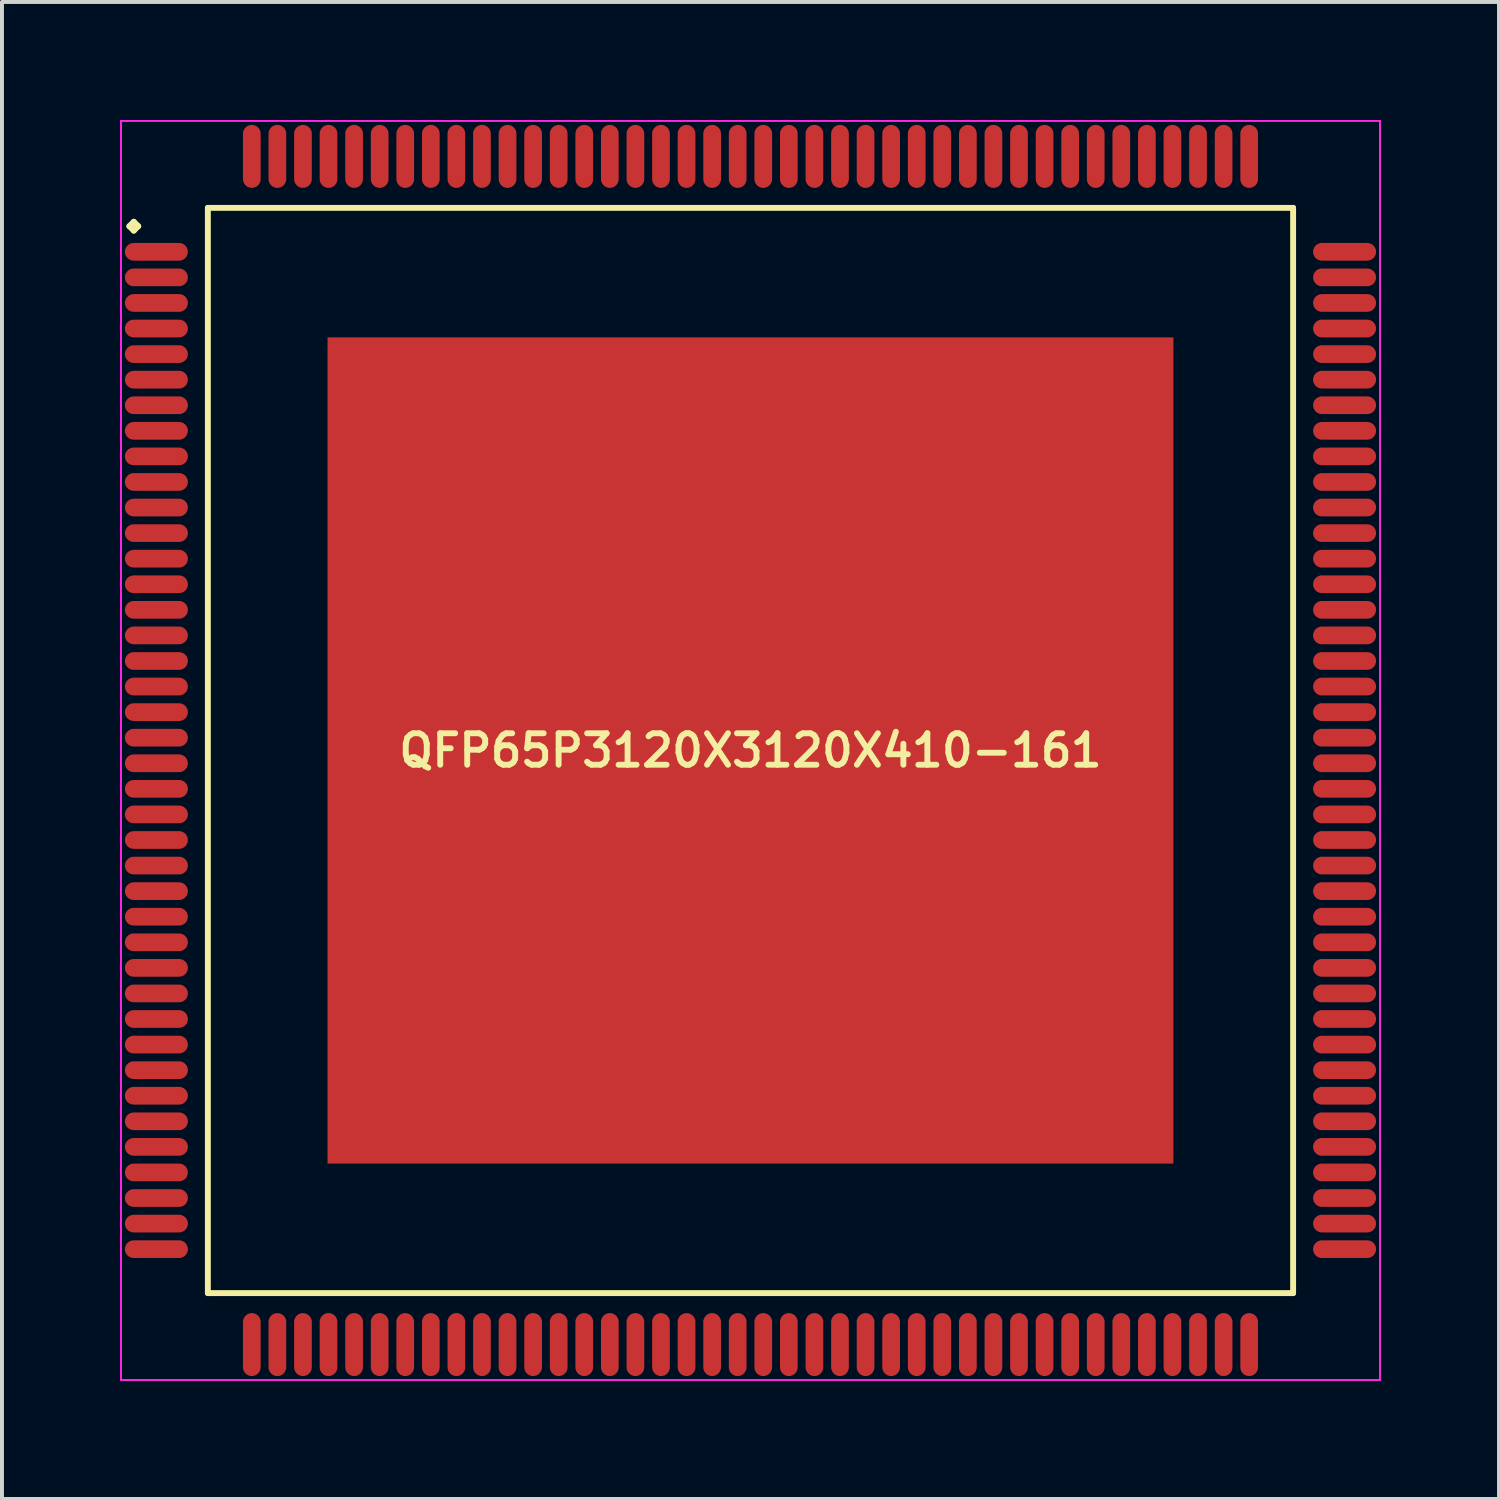
<source format=kicad_pcb>
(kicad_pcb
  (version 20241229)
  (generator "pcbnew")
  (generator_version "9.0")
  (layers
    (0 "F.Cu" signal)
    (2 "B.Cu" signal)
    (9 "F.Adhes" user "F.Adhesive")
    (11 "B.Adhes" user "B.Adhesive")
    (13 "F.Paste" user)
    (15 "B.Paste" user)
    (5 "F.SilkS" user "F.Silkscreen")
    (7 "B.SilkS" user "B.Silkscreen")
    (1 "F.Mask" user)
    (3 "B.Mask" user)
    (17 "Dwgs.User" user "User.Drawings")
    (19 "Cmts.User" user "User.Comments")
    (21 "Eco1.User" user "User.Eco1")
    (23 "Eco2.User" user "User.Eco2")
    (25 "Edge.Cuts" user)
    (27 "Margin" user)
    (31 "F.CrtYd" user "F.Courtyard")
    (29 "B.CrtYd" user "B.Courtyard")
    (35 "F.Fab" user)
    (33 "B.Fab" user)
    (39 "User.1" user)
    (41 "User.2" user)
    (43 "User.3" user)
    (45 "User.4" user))
  (footprint "QFP65P3120X3120X410-161"
    (layer "F.Cu")
    (at 16.025 16.025)
    (property "Reference" "QFP65P3120X3120X410-161" (at 0 0 0) (layer "F.SilkS") (effects (font (size 0.8 0.8) (thickness 0.15))))
    (attr smd)
    (fp_line (start -15.787 -13.325) (end -15.675 -13.438) (stroke (width 0.15) (type solid)) (layer "F.SilkS"))
    (fp_line (start -15.675 -13.438) (end -15.562 -13.325) (stroke (width 0.15) (type solid)) (layer "F.SilkS"))
    (fp_line (start -15.675 -13.213) (end -15.787 -13.325) (stroke (width 0.15) (type solid)) (layer "F.SilkS"))
    (fp_line (start -15.562 -13.325) (end -15.675 -13.213) (stroke (width 0.15) (type solid)) (layer "F.SilkS"))
    (fp_line (start -13.792 -13.792) (end -13.792 13.792) (stroke (width 0.15) (type solid)) (layer "F.SilkS"))
    (fp_line (start -13.792 13.792) (end 13.792 13.792) (stroke (width 0.15) (type solid)) (layer "F.SilkS"))
    (fp_line (start 13.792 -13.792) (end -13.792 -13.792) (stroke (width 0.15) (type solid)) (layer "F.SilkS"))
    (fp_line (start 13.792 13.792) (end 13.792 -13.792) (stroke (width 0.15) (type solid)) (layer "F.SilkS"))
    (fp_line (start -16 -16) (end 16 -16) (stroke (width 0.05) (type solid)) (layer "F.CrtYd"))
    (fp_line (start -16 16) (end -16 -16) (stroke (width 0.05) (type solid)) (layer "F.CrtYd"))
    (fp_line (start 16 -16) (end 16 16) (stroke (width 0.05) (type solid)) (layer "F.CrtYd"))
    (fp_line (start 16 16) (end -16 16) (stroke (width 0.05) (type solid)) (layer "F.CrtYd"))
    (pad "1" smd oval (at -15.1 -12.675) (size 1.6 0.45) (layers "F.Cu" "F.Mask" "F.Paste"))
    (pad "2" smd oval (at -15.1 -12.025) (size 1.6 0.45) (layers "F.Cu" "F.Mask" "F.Paste"))
    (pad "3" smd oval (at -15.1 -11.375) (size 1.6 0.45) (layers "F.Cu" "F.Mask" "F.Paste"))
    (pad "4" smd oval (at -15.1 -10.725) (size 1.6 0.45) (layers "F.Cu" "F.Mask" "F.Paste"))
    (pad "5" smd oval (at -15.1 -10.075) (size 1.6 0.45) (layers "F.Cu" "F.Mask" "F.Paste"))
    (pad "6" smd oval (at -15.1 -9.425) (size 1.6 0.45) (layers "F.Cu" "F.Mask" "F.Paste"))
    (pad "7" smd oval (at -15.1 -8.775) (size 1.6 0.45) (layers "F.Cu" "F.Mask" "F.Paste"))
    (pad "8" smd oval (at -15.1 -8.125) (size 1.6 0.45) (layers "F.Cu" "F.Mask" "F.Paste"))
    (pad "9" smd oval (at -15.1 -7.475) (size 1.6 0.45) (layers "F.Cu" "F.Mask" "F.Paste"))
    (pad "10" smd oval (at -15.1 -6.825) (size 1.6 0.45) (layers "F.Cu" "F.Mask" "F.Paste"))
    (pad "11" smd oval (at -15.1 -6.175) (size 1.6 0.45) (layers "F.Cu" "F.Mask" "F.Paste"))
    (pad "12" smd oval (at -15.1 -5.525) (size 1.6 0.45) (layers "F.Cu" "F.Mask" "F.Paste"))
    (pad "13" smd oval (at -15.1 -4.875) (size 1.6 0.45) (layers "F.Cu" "F.Mask" "F.Paste"))
    (pad "14" smd oval (at -15.1 -4.225) (size 1.6 0.45) (layers "F.Cu" "F.Mask" "F.Paste"))
    (pad "15" smd oval (at -15.1 -3.575) (size 1.6 0.45) (layers "F.Cu" "F.Mask" "F.Paste"))
    (pad "16" smd oval (at -15.1 -2.925) (size 1.6 0.45) (layers "F.Cu" "F.Mask" "F.Paste"))
    (pad "17" smd oval (at -15.1 -2.275) (size 1.6 0.45) (layers "F.Cu" "F.Mask" "F.Paste"))
    (pad "18" smd oval (at -15.1 -1.625) (size 1.6 0.45) (layers "F.Cu" "F.Mask" "F.Paste"))
    (pad "19" smd oval (at -15.1 -0.975) (size 1.6 0.45) (layers "F.Cu" "F.Mask" "F.Paste"))
    (pad "20" smd oval (at -15.1 -0.325) (size 1.6 0.45) (layers "F.Cu" "F.Mask" "F.Paste"))
    (pad "21" smd oval (at -15.1 0.325) (size 1.6 0.45) (layers "F.Cu" "F.Mask" "F.Paste"))
    (pad "22" smd oval (at -15.1 0.975) (size 1.6 0.45) (layers "F.Cu" "F.Mask" "F.Paste"))
    (pad "23" smd oval (at -15.1 1.625) (size 1.6 0.45) (layers "F.Cu" "F.Mask" "F.Paste"))
    (pad "24" smd oval (at -15.1 2.275) (size 1.6 0.45) (layers "F.Cu" "F.Mask" "F.Paste"))
    (pad "25" smd oval (at -15.1 2.925) (size 1.6 0.45) (layers "F.Cu" "F.Mask" "F.Paste"))
    (pad "26" smd oval (at -15.1 3.575) (size 1.6 0.45) (layers "F.Cu" "F.Mask" "F.Paste"))
    (pad "27" smd oval (at -15.1 4.225) (size 1.6 0.45) (layers "F.Cu" "F.Mask" "F.Paste"))
    (pad "28" smd oval (at -15.1 4.875) (size 1.6 0.45) (layers "F.Cu" "F.Mask" "F.Paste"))
    (pad "29" smd oval (at -15.1 5.525) (size 1.6 0.45) (layers "F.Cu" "F.Mask" "F.Paste"))
    (pad "30" smd oval (at -15.1 6.175) (size 1.6 0.45) (layers "F.Cu" "F.Mask" "F.Paste"))
    (pad "31" smd oval (at -15.1 6.825) (size 1.6 0.45) (layers "F.Cu" "F.Mask" "F.Paste"))
    (pad "32" smd oval (at -15.1 7.475) (size 1.6 0.45) (layers "F.Cu" "F.Mask" "F.Paste"))
    (pad "33" smd oval (at -15.1 8.125) (size 1.6 0.45) (layers "F.Cu" "F.Mask" "F.Paste"))
    (pad "34" smd oval (at -15.1 8.775) (size 1.6 0.45) (layers "F.Cu" "F.Mask" "F.Paste"))
    (pad "35" smd oval (at -15.1 9.425) (size 1.6 0.45) (layers "F.Cu" "F.Mask" "F.Paste"))
    (pad "36" smd oval (at -15.1 10.075) (size 1.6 0.45) (layers "F.Cu" "F.Mask" "F.Paste"))
    (pad "37" smd oval (at -15.1 10.725) (size 1.6 0.45) (layers "F.Cu" "F.Mask" "F.Paste"))
    (pad "38" smd oval (at -15.1 11.375) (size 1.6 0.45) (layers "F.Cu" "F.Mask" "F.Paste"))
    (pad "39" smd oval (at -15.1 12.025) (size 1.6 0.45) (layers "F.Cu" "F.Mask" "F.Paste"))
    (pad "40" smd oval (at -15.1 12.675) (size 1.6 0.45) (layers "F.Cu" "F.Mask" "F.Paste"))
    (pad "41" smd oval (at -12.675 15.1) (size 0.45 1.6) (layers "F.Cu" "F.Mask" "F.Paste"))
    (pad "42" smd oval (at -12.025 15.1) (size 0.45 1.6) (layers "F.Cu" "F.Mask" "F.Paste"))
    (pad "43" smd oval (at -11.375 15.1) (size 0.45 1.6) (layers "F.Cu" "F.Mask" "F.Paste"))
    (pad "44" smd oval (at -10.725 15.1) (size 0.45 1.6) (layers "F.Cu" "F.Mask" "F.Paste"))
    (pad "45" smd oval (at -10.075 15.1) (size 0.45 1.6) (layers "F.Cu" "F.Mask" "F.Paste"))
    (pad "46" smd oval (at -9.425 15.1) (size 0.45 1.6) (layers "F.Cu" "F.Mask" "F.Paste"))
    (pad "47" smd oval (at -8.775 15.1) (size 0.45 1.6) (layers "F.Cu" "F.Mask" "F.Paste"))
    (pad "48" smd oval (at -8.125 15.1) (size 0.45 1.6) (layers "F.Cu" "F.Mask" "F.Paste"))
    (pad "49" smd oval (at -7.475 15.1) (size 0.45 1.6) (layers "F.Cu" "F.Mask" "F.Paste"))
    (pad "50" smd oval (at -6.825 15.1) (size 0.45 1.6) (layers "F.Cu" "F.Mask" "F.Paste"))
    (pad "51" smd oval (at -6.175 15.1) (size 0.45 1.6) (layers "F.Cu" "F.Mask" "F.Paste"))
    (pad "52" smd oval (at -5.525 15.1) (size 0.45 1.6) (layers "F.Cu" "F.Mask" "F.Paste"))
    (pad "53" smd oval (at -4.875 15.1) (size 0.45 1.6) (layers "F.Cu" "F.Mask" "F.Paste"))
    (pad "54" smd oval (at -4.225 15.1) (size 0.45 1.6) (layers "F.Cu" "F.Mask" "F.Paste"))
    (pad "55" smd oval (at -3.575 15.1) (size 0.45 1.6) (layers "F.Cu" "F.Mask" "F.Paste"))
    (pad "56" smd oval (at -2.925 15.1) (size 0.45 1.6) (layers "F.Cu" "F.Mask" "F.Paste"))
    (pad "57" smd oval (at -2.275 15.1) (size 0.45 1.6) (layers "F.Cu" "F.Mask" "F.Paste"))
    (pad "58" smd oval (at -1.625 15.1) (size 0.45 1.6) (layers "F.Cu" "F.Mask" "F.Paste"))
    (pad "59" smd oval (at -0.975 15.1) (size 0.45 1.6) (layers "F.Cu" "F.Mask" "F.Paste"))
    (pad "60" smd oval (at -0.325 15.1) (size 0.45 1.6) (layers "F.Cu" "F.Mask" "F.Paste"))
    (pad "61" smd oval (at 0.325 15.1) (size 0.45 1.6) (layers "F.Cu" "F.Mask" "F.Paste"))
    (pad "62" smd oval (at 0.975 15.1) (size 0.45 1.6) (layers "F.Cu" "F.Mask" "F.Paste"))
    (pad "63" smd oval (at 1.625 15.1) (size 0.45 1.6) (layers "F.Cu" "F.Mask" "F.Paste"))
    (pad "64" smd oval (at 2.275 15.1) (size 0.45 1.6) (layers "F.Cu" "F.Mask" "F.Paste"))
    (pad "65" smd oval (at 2.925 15.1) (size 0.45 1.6) (layers "F.Cu" "F.Mask" "F.Paste"))
    (pad "66" smd oval (at 3.575 15.1) (size 0.45 1.6) (layers "F.Cu" "F.Mask" "F.Paste"))
    (pad "67" smd oval (at 4.225 15.1) (size 0.45 1.6) (layers "F.Cu" "F.Mask" "F.Paste"))
    (pad "68" smd oval (at 4.875 15.1) (size 0.45 1.6) (layers "F.Cu" "F.Mask" "F.Paste"))
    (pad "69" smd oval (at 5.525 15.1) (size 0.45 1.6) (layers "F.Cu" "F.Mask" "F.Paste"))
    (pad "70" smd oval (at 6.175 15.1) (size 0.45 1.6) (layers "F.Cu" "F.Mask" "F.Paste"))
    (pad "71" smd oval (at 6.825 15.1) (size 0.45 1.6) (layers "F.Cu" "F.Mask" "F.Paste"))
    (pad "72" smd oval (at 7.475 15.1) (size 0.45 1.6) (layers "F.Cu" "F.Mask" "F.Paste"))
    (pad "73" smd oval (at 8.125 15.1) (size 0.45 1.6) (layers "F.Cu" "F.Mask" "F.Paste"))
    (pad "74" smd oval (at 8.775 15.1) (size 0.45 1.6) (layers "F.Cu" "F.Mask" "F.Paste"))
    (pad "75" smd oval (at 9.425 15.1) (size 0.45 1.6) (layers "F.Cu" "F.Mask" "F.Paste"))
    (pad "76" smd oval (at 10.075 15.1) (size 0.45 1.6) (layers "F.Cu" "F.Mask" "F.Paste"))
    (pad "77" smd oval (at 10.725 15.1) (size 0.45 1.6) (layers "F.Cu" "F.Mask" "F.Paste"))
    (pad "78" smd oval (at 11.375 15.1) (size 0.45 1.6) (layers "F.Cu" "F.Mask" "F.Paste"))
    (pad "79" smd oval (at 12.025 15.1) (size 0.45 1.6) (layers "F.Cu" "F.Mask" "F.Paste"))
    (pad "80" smd oval (at 12.675 15.1) (size 0.45 1.6) (layers "F.Cu" "F.Mask" "F.Paste"))
    (pad "81" smd oval (at 15.1 12.675) (size 1.6 0.45) (layers "F.Cu" "F.Mask" "F.Paste"))
    (pad "82" smd oval (at 15.1 12.025) (size 1.6 0.45) (layers "F.Cu" "F.Mask" "F.Paste"))
    (pad "83" smd oval (at 15.1 11.375) (size 1.6 0.45) (layers "F.Cu" "F.Mask" "F.Paste"))
    (pad "84" smd oval (at 15.1 10.725) (size 1.6 0.45) (layers "F.Cu" "F.Mask" "F.Paste"))
    (pad "85" smd oval (at 15.1 10.075) (size 1.6 0.45) (layers "F.Cu" "F.Mask" "F.Paste"))
    (pad "86" smd oval (at 15.1 9.425) (size 1.6 0.45) (layers "F.Cu" "F.Mask" "F.Paste"))
    (pad "87" smd oval (at 15.1 8.775) (size 1.6 0.45) (layers "F.Cu" "F.Mask" "F.Paste"))
    (pad "88" smd oval (at 15.1 8.125) (size 1.6 0.45) (layers "F.Cu" "F.Mask" "F.Paste"))
    (pad "89" smd oval (at 15.1 7.475) (size 1.6 0.45) (layers "F.Cu" "F.Mask" "F.Paste"))
    (pad "90" smd oval (at 15.1 6.825) (size 1.6 0.45) (layers "F.Cu" "F.Mask" "F.Paste"))
    (pad "91" smd oval (at 15.1 6.175) (size 1.6 0.45) (layers "F.Cu" "F.Mask" "F.Paste"))
    (pad "92" smd oval (at 15.1 5.525) (size 1.6 0.45) (layers "F.Cu" "F.Mask" "F.Paste"))
    (pad "93" smd oval (at 15.1 4.875) (size 1.6 0.45) (layers "F.Cu" "F.Mask" "F.Paste"))
    (pad "94" smd oval (at 15.1 4.225) (size 1.6 0.45) (layers "F.Cu" "F.Mask" "F.Paste"))
    (pad "95" smd oval (at 15.1 3.575) (size 1.6 0.45) (layers "F.Cu" "F.Mask" "F.Paste"))
    (pad "96" smd oval (at 15.1 2.925) (size 1.6 0.45) (layers "F.Cu" "F.Mask" "F.Paste"))
    (pad "97" smd oval (at 15.1 2.275) (size 1.6 0.45) (layers "F.Cu" "F.Mask" "F.Paste"))
    (pad "98" smd oval (at 15.1 1.625) (size 1.6 0.45) (layers "F.Cu" "F.Mask" "F.Paste"))
    (pad "99" smd oval (at 15.1 0.975) (size 1.6 0.45) (layers "F.Cu" "F.Mask" "F.Paste"))
    (pad "100" smd oval (at 15.1 0.325) (size 1.6 0.45) (layers "F.Cu" "F.Mask" "F.Paste"))
    (pad "101" smd oval (at 15.1 -0.325) (size 1.6 0.45) (layers "F.Cu" "F.Mask" "F.Paste"))
    (pad "102" smd oval (at 15.1 -0.975) (size 1.6 0.45) (layers "F.Cu" "F.Mask" "F.Paste"))
    (pad "103" smd oval (at 15.1 -1.625) (size 1.6 0.45) (layers "F.Cu" "F.Mask" "F.Paste"))
    (pad "104" smd oval (at 15.1 -2.275) (size 1.6 0.45) (layers "F.Cu" "F.Mask" "F.Paste"))
    (pad "105" smd oval (at 15.1 -2.925) (size 1.6 0.45) (layers "F.Cu" "F.Mask" "F.Paste"))
    (pad "106" smd oval (at 15.1 -3.575) (size 1.6 0.45) (layers "F.Cu" "F.Mask" "F.Paste"))
    (pad "107" smd oval (at 15.1 -4.225) (size 1.6 0.45) (layers "F.Cu" "F.Mask" "F.Paste"))
    (pad "108" smd oval (at 15.1 -4.875) (size 1.6 0.45) (layers "F.Cu" "F.Mask" "F.Paste"))
    (pad "109" smd oval (at 15.1 -5.525) (size 1.6 0.45) (layers "F.Cu" "F.Mask" "F.Paste"))
    (pad "110" smd oval (at 15.1 -6.175) (size 1.6 0.45) (layers "F.Cu" "F.Mask" "F.Paste"))
    (pad "111" smd oval (at 15.1 -6.825) (size 1.6 0.45) (layers "F.Cu" "F.Mask" "F.Paste"))
    (pad "112" smd oval (at 15.1 -7.475) (size 1.6 0.45) (layers "F.Cu" "F.Mask" "F.Paste"))
    (pad "113" smd oval (at 15.1 -8.125) (size 1.6 0.45) (layers "F.Cu" "F.Mask" "F.Paste"))
    (pad "114" smd oval (at 15.1 -8.775) (size 1.6 0.45) (layers "F.Cu" "F.Mask" "F.Paste"))
    (pad "115" smd oval (at 15.1 -9.425) (size 1.6 0.45) (layers "F.Cu" "F.Mask" "F.Paste"))
    (pad "116" smd oval (at 15.1 -10.075) (size 1.6 0.45) (layers "F.Cu" "F.Mask" "F.Paste"))
    (pad "117" smd oval (at 15.1 -10.725) (size 1.6 0.45) (layers "F.Cu" "F.Mask" "F.Paste"))
    (pad "118" smd oval (at 15.1 -11.375) (size 1.6 0.45) (layers "F.Cu" "F.Mask" "F.Paste"))
    (pad "119" smd oval (at 15.1 -12.025) (size 1.6 0.45) (layers "F.Cu" "F.Mask" "F.Paste"))
    (pad "120" smd oval (at 15.1 -12.675) (size 1.6 0.45) (layers "F.Cu" "F.Mask" "F.Paste"))
    (pad "121" smd oval (at 12.675 -15.1) (size 0.45 1.6) (layers "F.Cu" "F.Mask" "F.Paste"))
    (pad "122" smd oval (at 12.025 -15.1) (size 0.45 1.6) (layers "F.Cu" "F.Mask" "F.Paste"))
    (pad "123" smd oval (at 11.375 -15.1) (size 0.45 1.6) (layers "F.Cu" "F.Mask" "F.Paste"))
    (pad "124" smd oval (at 10.725 -15.1) (size 0.45 1.6) (layers "F.Cu" "F.Mask" "F.Paste"))
    (pad "125" smd oval (at 10.075 -15.1) (size 0.45 1.6) (layers "F.Cu" "F.Mask" "F.Paste"))
    (pad "126" smd oval (at 9.425 -15.1) (size 0.45 1.6) (layers "F.Cu" "F.Mask" "F.Paste"))
    (pad "127" smd oval (at 8.775 -15.1) (size 0.45 1.6) (layers "F.Cu" "F.Mask" "F.Paste"))
    (pad "128" smd oval (at 8.125 -15.1) (size 0.45 1.6) (layers "F.Cu" "F.Mask" "F.Paste"))
    (pad "129" smd oval (at 7.475 -15.1) (size 0.45 1.6) (layers "F.Cu" "F.Mask" "F.Paste"))
    (pad "130" smd oval (at 6.825 -15.1) (size 0.45 1.6) (layers "F.Cu" "F.Mask" "F.Paste"))
    (pad "131" smd oval (at 6.175 -15.1) (size 0.45 1.6) (layers "F.Cu" "F.Mask" "F.Paste"))
    (pad "132" smd oval (at 5.525 -15.1) (size 0.45 1.6) (layers "F.Cu" "F.Mask" "F.Paste"))
    (pad "133" smd oval (at 4.875 -15.1) (size 0.45 1.6) (layers "F.Cu" "F.Mask" "F.Paste"))
    (pad "134" smd oval (at 4.225 -15.1) (size 0.45 1.6) (layers "F.Cu" "F.Mask" "F.Paste"))
    (pad "135" smd oval (at 3.575 -15.1) (size 0.45 1.6) (layers "F.Cu" "F.Mask" "F.Paste"))
    (pad "136" smd oval (at 2.925 -15.1) (size 0.45 1.6) (layers "F.Cu" "F.Mask" "F.Paste"))
    (pad "137" smd oval (at 2.275 -15.1) (size 0.45 1.6) (layers "F.Cu" "F.Mask" "F.Paste"))
    (pad "138" smd oval (at 1.625 -15.1) (size 0.45 1.6) (layers "F.Cu" "F.Mask" "F.Paste"))
    (pad "139" smd oval (at 0.975 -15.1) (size 0.45 1.6) (layers "F.Cu" "F.Mask" "F.Paste"))
    (pad "140" smd oval (at 0.325 -15.1) (size 0.45 1.6) (layers "F.Cu" "F.Mask" "F.Paste"))
    (pad "141" smd oval (at -0.325 -15.1) (size 0.45 1.6) (layers "F.Cu" "F.Mask" "F.Paste"))
    (pad "142" smd oval (at -0.975 -15.1) (size 0.45 1.6) (layers "F.Cu" "F.Mask" "F.Paste"))
    (pad "143" smd oval (at -1.625 -15.1) (size 0.45 1.6) (layers "F.Cu" "F.Mask" "F.Paste"))
    (pad "144" smd oval (at -2.275 -15.1) (size 0.45 1.6) (layers "F.Cu" "F.Mask" "F.Paste"))
    (pad "145" smd oval (at -2.925 -15.1) (size 0.45 1.6) (layers "F.Cu" "F.Mask" "F.Paste"))
    (pad "146" smd oval (at -3.575 -15.1) (size 0.45 1.6) (layers "F.Cu" "F.Mask" "F.Paste"))
    (pad "147" smd oval (at -4.225 -15.1) (size 0.45 1.6) (layers "F.Cu" "F.Mask" "F.Paste"))
    (pad "148" smd oval (at -4.875 -15.1) (size 0.45 1.6) (layers "F.Cu" "F.Mask" "F.Paste"))
    (pad "149" smd oval (at -5.525 -15.1) (size 0.45 1.6) (layers "F.Cu" "F.Mask" "F.Paste"))
    (pad "150" smd oval (at -6.175 -15.1) (size 0.45 1.6) (layers "F.Cu" "F.Mask" "F.Paste"))
    (pad "151" smd oval (at -6.825 -15.1) (size 0.45 1.6) (layers "F.Cu" "F.Mask" "F.Paste"))
    (pad "152" smd oval (at -7.475 -15.1) (size 0.45 1.6) (layers "F.Cu" "F.Mask" "F.Paste"))
    (pad "153" smd oval (at -8.125 -15.1) (size 0.45 1.6) (layers "F.Cu" "F.Mask" "F.Paste"))
    (pad "154" smd oval (at -8.775 -15.1) (size 0.45 1.6) (layers "F.Cu" "F.Mask" "F.Paste"))
    (pad "155" smd oval (at -9.425 -15.1) (size 0.45 1.6) (layers "F.Cu" "F.Mask" "F.Paste"))
    (pad "156" smd oval (at -10.075 -15.1) (size 0.45 1.6) (layers "F.Cu" "F.Mask" "F.Paste"))
    (pad "157" smd oval (at -10.725 -15.1) (size 0.45 1.6) (layers "F.Cu" "F.Mask" "F.Paste"))
    (pad "158" smd oval (at -11.375 -15.1) (size 0.45 1.6) (layers "F.Cu" "F.Mask" "F.Paste"))
    (pad "159" smd oval (at -12.025 -15.1) (size 0.45 1.6) (layers "F.Cu" "F.Mask" "F.Paste"))
    (pad "160" smd oval (at -12.675 -15.1) (size 0.45 1.6) (layers "F.Cu" "F.Mask" "F.Paste"))
    (pad "161" smd rect (at 0 0) (size 21.5 21) (layers "F.Cu" "F.Mask" "F.Paste")))
  (gr_rect
    (start -3 -3)
    (end 35.05 35.05)
    (stroke (width 0.1) (type default))
    (fill no)
    (layer "Edge.Cuts")))
</source>
